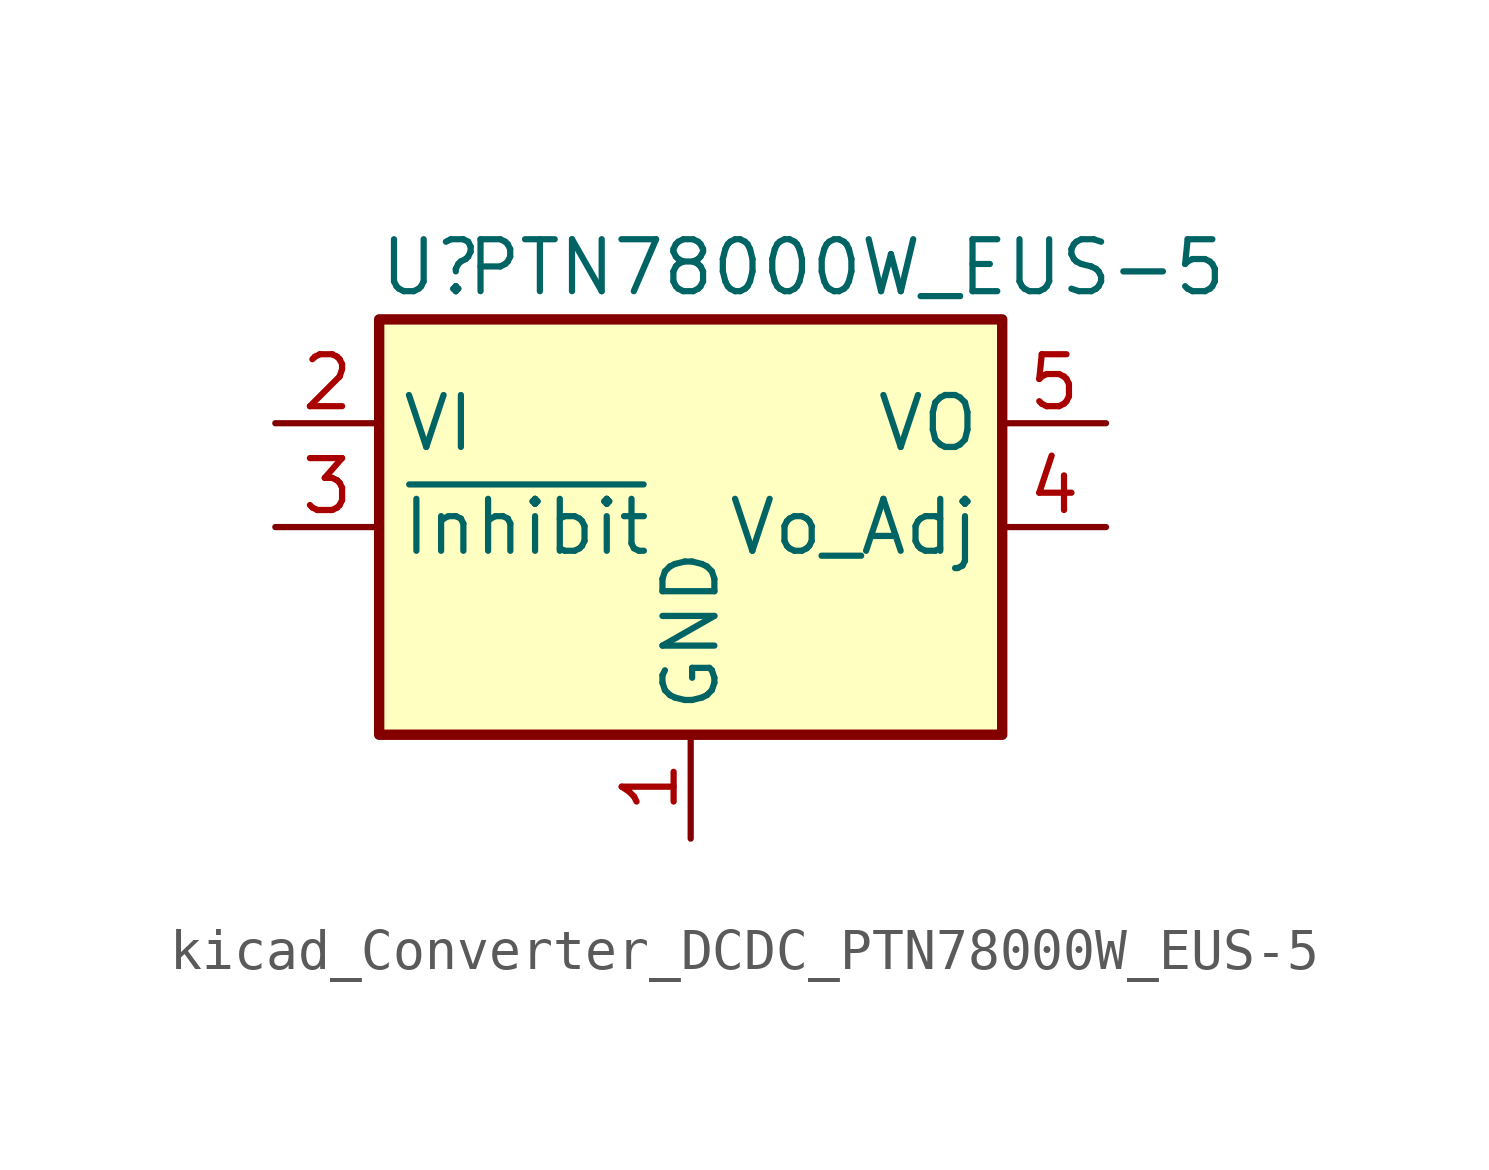
<source format=kicad_sym>
(kicad_symbol_lib
  (version 20220914)
  (generator kicad_symbol_editor)
  (symbol "kicad_Converter_DCDC_PTN78000W_EUS-5"
    (property "Reference" "U"
      (at -6.35 6.35 0)
      (effects (font (size 1.27 1.27))))
    (property "Value" "PTN78000W_EUS-5"
      (at 3.81 6.35 0)
      (effects (font (size 1.27 1.27))))
    (symbol "kicad_Converter_DCDC_PTN78000W_EUS-5_0_1"
      (rectangle (start -7.62 5.08) (end 7.62 -5.08) (stroke (width 0.254) (type default)) (fill (type background))))
    (symbol "kicad_Converter_DCDC_PTN78000W_EUS-5_1_1"
      (pin power_in line (at 0 -7.62 90) (length 2.54) (name "GND" (effects (font (size 1.27 1.27)))) (number "1" (effects (font (size 1.27 1.27)))))
      (pin power_in line (at -10.16 2.54 0) (length 2.54) (name "VI" (effects (font (size 1.27 1.27)))) (number "2" (effects (font (size 1.27 1.27)))))
      (pin input line (at -10.16 0 0) (length 2.54) (name "~{Inhibit}" (effects (font (size 1.27 1.27)))) (number "3" (effects (font (size 1.27 1.27)))))
      (pin output line (at 10.16 0 180) (length 2.54) (name "Vo_Adj" (effects (font (size 1.27 1.27)))) (number "4" (effects (font (size 1.27 1.27)))))
      (pin power_out line (at 10.16 2.54 180) (length 2.54) (name "VO" (effects (font (size 1.27 1.27)))) (number "5" (effects (font (size 1.27 1.27))))))))
</source>
